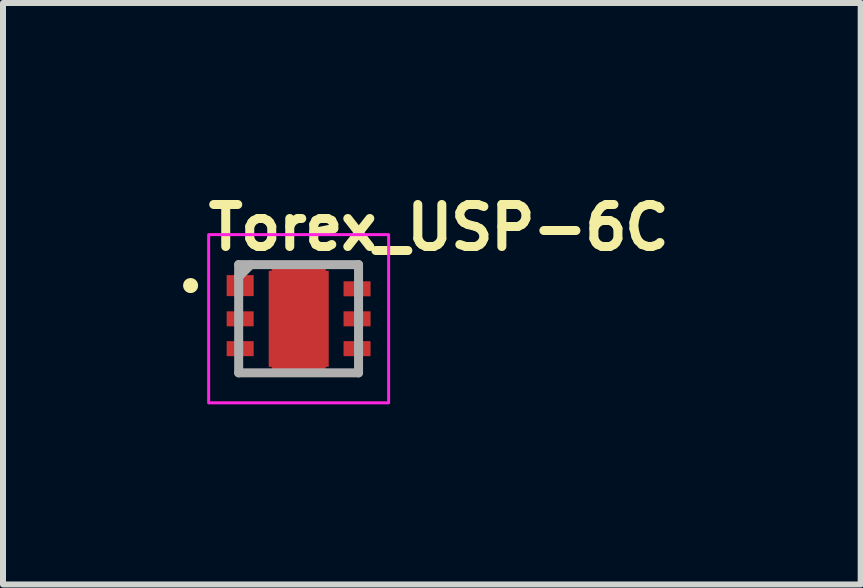
<source format=kicad_pcb>
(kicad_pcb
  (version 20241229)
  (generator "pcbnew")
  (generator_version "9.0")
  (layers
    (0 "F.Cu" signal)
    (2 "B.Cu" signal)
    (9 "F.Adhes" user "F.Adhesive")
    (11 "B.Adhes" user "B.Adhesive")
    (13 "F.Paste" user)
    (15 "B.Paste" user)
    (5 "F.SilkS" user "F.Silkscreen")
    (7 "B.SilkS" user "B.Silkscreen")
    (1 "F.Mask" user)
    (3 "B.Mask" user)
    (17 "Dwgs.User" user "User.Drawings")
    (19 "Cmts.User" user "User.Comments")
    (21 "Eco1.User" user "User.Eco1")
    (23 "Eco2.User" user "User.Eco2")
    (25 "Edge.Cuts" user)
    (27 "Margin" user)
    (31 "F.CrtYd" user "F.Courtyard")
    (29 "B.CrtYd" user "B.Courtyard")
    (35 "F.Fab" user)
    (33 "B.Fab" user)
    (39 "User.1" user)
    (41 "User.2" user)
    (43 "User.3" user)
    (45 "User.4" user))
  (footprint "Torex_USP-6C"
    (layer "F.Cu")
    (at 1.926 2.261)
    (property "Reference" "Torex_USP-6C" (at -1.581 -1.111 0) (layer "F.SilkS") (effects (font (size 0.7 0.7) (thickness 0.15)) (justify left bottom)))
    (attr smd)
    (fp_circle (center -1.801 -0.554) (end -1.751 -0.554) (stroke (width 0.15) (type solid)) (fill yes) (layer "F.SilkS"))
    (fp_rect (start -0.403 -0.701) (end 0.4 -0.203) (stroke (width 0.01) (type solid)) (fill yes) (layer "F.Paste"))
    (fp_rect (start -0.403 0.2) (end 0.4 0.698) (stroke (width 0.01) (type solid)) (fill yes) (layer "F.Paste"))
    (fp_rect (start -1.5 -1.402) (end 1.498 1.4) (stroke (width 0.05) (type solid)) (fill no) (layer "F.CrtYd"))
    (fp_line (start -1 -0.903) (end 0.997 -0.903) (stroke (width 0.15) (type solid)) (layer "F.Fab"))
    (fp_line (start -1 -0.7) (end -0.8 -0.9) (stroke (width 0.15) (type solid)) (layer "F.Fab"))
    (fp_line (start -1 0.9) (end -1 -0.903) (stroke (width 0.15) (type solid)) (layer "F.Fab"))
    (fp_line (start 0.997 -0.903) (end 0.997 0.9) (stroke (width 0.15) (type solid)) (layer "F.Fab"))
    (fp_line (start 0.997 0.9) (end -1 0.9) (stroke (width 0.15) (type solid)) (layer "F.Fab"))
    (fp_rect (start -1 -0.902) (end 0.998 0.9) (stroke (width 0.1) (type solid)) (fill no) (layer "User.5"))
    (fp_line (start -1 -0.902) (end 0.998 -0.902) (stroke (width 0.02) (type solid)) (layer "User.9"))
    (fp_line (start -1 0.9) (end -1 -0.902) (stroke (width 0.02) (type solid)) (layer "User.9"))
    (fp_line (start 0.998 -0.902) (end 0.998 0.9) (stroke (width 0.02) (type solid)) (layer "User.9"))
    (fp_line (start 0.998 0.9) (end -1 0.9) (stroke (width 0.02) (type solid)) (layer "User.9"))
    (pad "1" smd rect (at -0.975 -0.553 90) (size 0.35 0.45) (layers "F.Cu" "F.Mask" "F.Paste"))
    (pad "2" smd rect (at -0.975 0 90) (size 0.25 0.45) (layers "F.Cu" "F.Mask" "F.Paste"))
    (pad "3" smd rect (at -0.975 0.497 90) (size 0.25 0.45) (layers "F.Cu" "F.Mask" "F.Paste"))
    (pad "4" smd rect (at 0.972 0.497 90) (size 0.25 0.45) (layers "F.Cu" "F.Mask" "F.Paste"))
    (pad "5" smd rect (at 0.972 0 90) (size 0.25 0.45) (layers "F.Cu" "F.Mask" "F.Paste"))
    (pad "6" smd rect (at 0.972 -0.5 90) (size 0.25 0.45) (layers "F.Cu" "F.Mask" "F.Paste"))
    (pad "7" smd rect (at 0 0) (size 1 1.6) (layers "F.Cu" "F.Mask"))
    (pad "7" smd rect (at 0 0 90) (size 1.8 0.9) (layers "F.Cu" "F.Mask")))
  (gr_rect
    (start -3 -3)
    (end 11.288 6.686)
    (stroke (width 0.1) (type default))
    (fill no)
    (layer "Edge.Cuts")))
</source>
